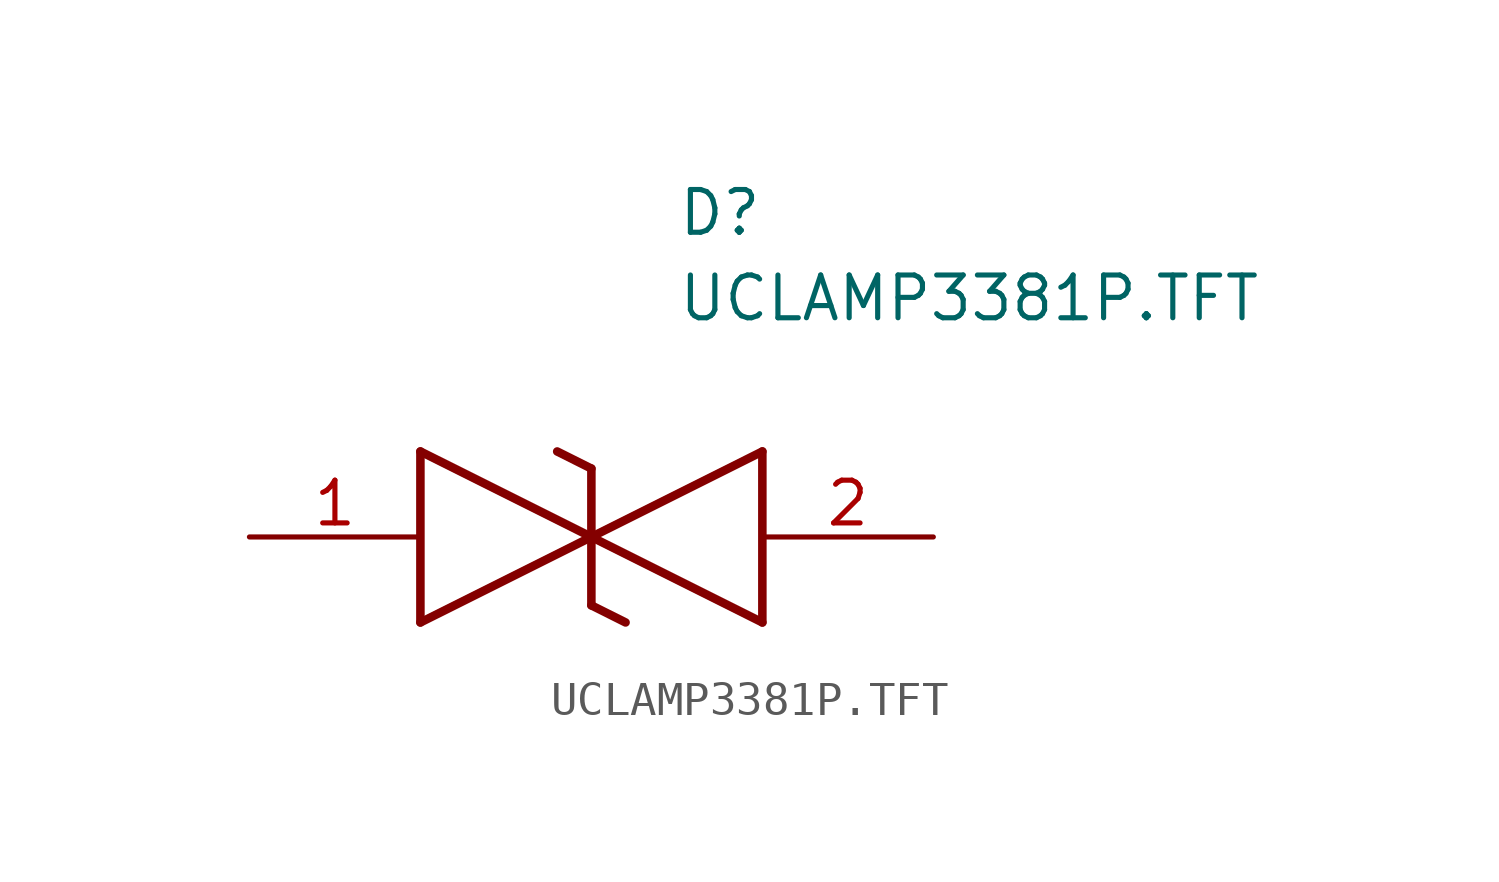
<source format=kicad_sym>
(kicad_symbol_lib
  (version 20211014)
  (generator SamacSys_ECAD_Model)
  (symbol "UCLAMP3381P.TFT"
    (pin_names hide)
    (property "Reference" "D"
      (at 12.7 8.89 0)
      (effects (font (size 1.27 1.27)) (justify left bottom)))
    (property "Value" "UCLAMP3381P.TFT"
      (at 12.7 6.35 0)
      (effects (font (size 1.27 1.27)) (justify left bottom)))
    (polyline
      (pts (xy 10.16 0) (xy 5.08 -2.54))
      (stroke (width 0.254) (type default))
      (fill (type none)))
    (polyline
      (pts (xy 5.08 2.54) (xy 5.08 -2.54))
      (stroke (width 0.254) (type default))
      (fill (type none)))
    (polyline
      (pts (xy 5.08 2.54) (xy 10.16 0))
      (stroke (width 0.254) (type default))
      (fill (type none)))
    (polyline
      (pts (xy 10.16 0) (xy 15.24 -2.54))
      (stroke (width 0.254) (type default))
      (fill (type none)))
    (polyline
      (pts (xy 15.24 2.54) (xy 15.24 -2.54))
      (stroke (width 0.254) (type default))
      (fill (type none)))
    (polyline
      (pts (xy 15.24 2.54) (xy 10.16 0))
      (stroke (width 0.254) (type default))
      (fill (type none)))
    (polyline
      (pts (xy 10.16 -2.032) (xy 10.16 2.032))
      (stroke (width 0.254) (type default))
      (fill (type none)))
    (polyline
      (pts (xy 9.144 2.54) (xy 10.16 2.032))
      (stroke (width 0.254) (type default))
      (fill (type none)))
    (polyline
      (pts (xy 10.16 -2.032) (xy 11.176 -2.54))
      (stroke (width 0.254) (type default))
      (fill (type none)))
    (pin passive line
      (at 0 0 0)
      (length 5.08)
      (name "1" (effects (font (size 1.27 1.27))))
      (number "1" (effects (font (size 1.27 1.27)))))
    (pin passive line
      (at 20.32 0 180)
      (length 5.08)
      (name "2" (effects (font (size 1.27 1.27))))
      (number "2" (effects (font (size 1.27 1.27)))))))
</source>
